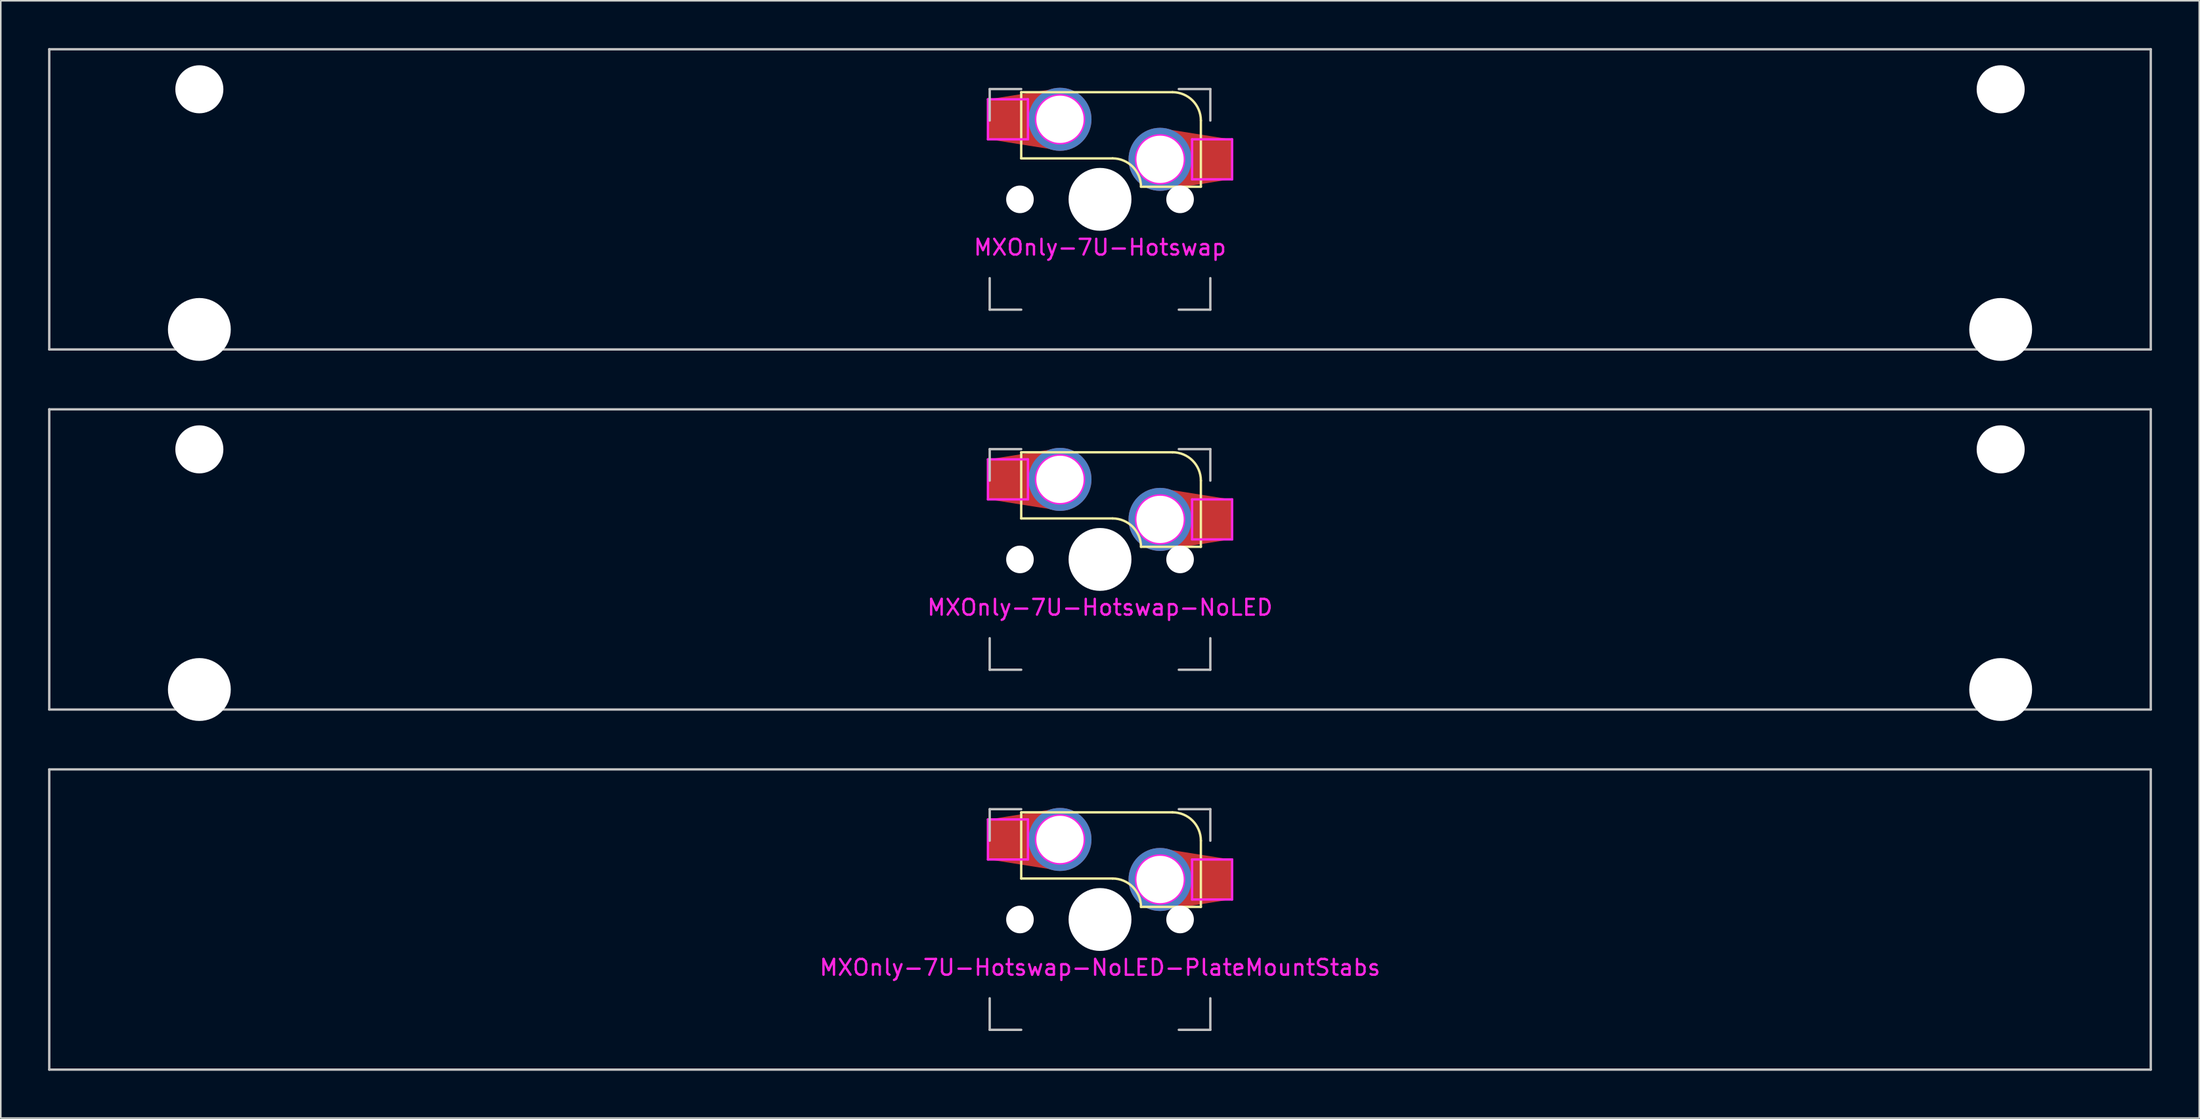
<source format=kicad_pcb>
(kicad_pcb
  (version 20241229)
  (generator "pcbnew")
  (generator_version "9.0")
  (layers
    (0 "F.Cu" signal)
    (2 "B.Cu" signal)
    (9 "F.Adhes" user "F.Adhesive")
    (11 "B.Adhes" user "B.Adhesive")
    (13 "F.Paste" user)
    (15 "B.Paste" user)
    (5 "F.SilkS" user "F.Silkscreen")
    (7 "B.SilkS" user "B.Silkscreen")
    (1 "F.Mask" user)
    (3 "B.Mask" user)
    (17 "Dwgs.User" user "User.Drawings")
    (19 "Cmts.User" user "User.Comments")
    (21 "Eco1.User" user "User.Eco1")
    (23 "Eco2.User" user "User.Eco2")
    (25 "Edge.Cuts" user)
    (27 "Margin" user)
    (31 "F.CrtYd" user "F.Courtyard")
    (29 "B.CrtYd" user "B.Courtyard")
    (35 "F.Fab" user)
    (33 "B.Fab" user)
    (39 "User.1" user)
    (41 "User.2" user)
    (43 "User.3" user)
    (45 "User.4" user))
  (footprint "MXOnly-7U-Hotswap"
    (layer "F.Cu")
    (at 66.75 9.6)
    (property "Reference" "MXOnly-7U-Hotswap" (at 0 3.048 180) (layer "F.CrtYd") (effects (font (size 1 1) (thickness 0.15))))
    (attr smd)
    (fp_line (start -5 -6.8) (end 4.6 -6.8) (stroke (width 0.15) (type solid)) (layer "F.SilkS"))
    (fp_line (start -5 -2.6) (end -5 -6.8) (stroke (width 0.15) (type solid)) (layer "F.SilkS"))
    (fp_line (start 0.8 -2.6) (end -5 -2.6) (stroke (width 0.15) (type solid)) (layer "F.SilkS"))
    (fp_line (start 6.4 -5) (end 6.4 -0.8) (stroke (width 0.15) (type solid)) (layer "F.SilkS"))
    (fp_line (start 6.4 -0.8) (end 2.6 -0.8) (stroke (width 0.15) (type solid)) (layer "F.SilkS"))
    (fp_arc (start 0.8 -2.6) (mid 2.072792 -2.072792) (end 2.6 -0.8) (stroke (width 0.15) (type solid)) (layer "F.SilkS"))
    (fp_arc (start 4.6 -6.8) (mid 5.872792 -6.272792) (end 6.4 -5) (stroke (width 0.15) (type solid)) (layer "F.SilkS"))
    (fp_poly (pts (xy -5.08 -3.493) (xy -7.112 -3.81) (xy -7.112 -6.35) (xy -5.08 -6.668)) (stroke (width 0.1) (type solid)) (fill yes) (layer "F.Paste"))
    (fp_poly (pts (xy 6.477 -4.064) (xy 8.509 -3.747) (xy 8.509 -1.206) (xy 6.477 -0.889)) (stroke (width 0.1) (type solid)) (fill yes) (layer "F.Paste"))
    (fp_line (start -66.675 -9.525) (end 66.675 -9.525) (stroke (width 0.15) (type solid)) (layer "Dwgs.User"))
    (fp_line (start -66.675 9.525) (end -66.675 -9.525) (stroke (width 0.15) (type solid)) (layer "Dwgs.User"))
    (fp_line (start -7 -7) (end -7 -5) (stroke (width 0.15) (type solid)) (layer "Dwgs.User"))
    (fp_line (start -7 7) (end -7 5) (stroke (width 0.15) (type solid)) (layer "Dwgs.User"))
    (fp_line (start -5 -7) (end -7 -7) (stroke (width 0.15) (type solid)) (layer "Dwgs.User"))
    (fp_line (start -5 7) (end -7 7) (stroke (width 0.15) (type solid)) (layer "Dwgs.User"))
    (fp_line (start 5 -7) (end 7 -7) (stroke (width 0.15) (type solid)) (layer "Dwgs.User"))
    (fp_line (start 7 -7) (end 7 -5) (stroke (width 0.15) (type solid)) (layer "Dwgs.User"))
    (fp_line (start 7 5) (end 7 7) (stroke (width 0.15) (type solid)) (layer "Dwgs.User"))
    (fp_line (start 7 7) (end 5 7) (stroke (width 0.15) (type solid)) (layer "Dwgs.User"))
    (fp_line (start 66.675 -9.525) (end 66.675 9.525) (stroke (width 0.15) (type solid)) (layer "Dwgs.User"))
    (fp_line (start 66.675 9.525) (end -66.675 9.525) (stroke (width 0.15) (type solid)) (layer "Dwgs.User"))
    (fp_line (start -7.112 -6.35) (end -7.112 -3.81) (stroke (width 0.15) (type solid)) (layer "F.CrtYd"))
    (fp_line (start -7.112 -3.81) (end -4.572 -3.81) (stroke (width 0.15) (type solid)) (layer "F.CrtYd"))
    (fp_line (start -4.572 -6.35) (end -7.112 -6.35) (stroke (width 0.15) (type solid)) (layer "F.CrtYd"))
    (fp_line (start -4.572 -3.81) (end -4.572 -6.35) (stroke (width 0.15) (type solid)) (layer "F.CrtYd"))
    (fp_line (start 5.842 -3.81) (end 5.842 -1.27) (stroke (width 0.15) (type solid)) (layer "F.CrtYd"))
    (fp_line (start 5.842 -1.27) (end 8.382 -1.27) (stroke (width 0.15) (type solid)) (layer "F.CrtYd"))
    (fp_line (start 8.382 -3.81) (end 5.842 -3.81) (stroke (width 0.15) (type solid)) (layer "F.CrtYd"))
    (fp_line (start 8.382 -1.27) (end 8.382 -3.81) (stroke (width 0.15) (type solid)) (layer "F.CrtYd"))
    (fp_circle (center -2.54 -5.08) (end -2.54 -6.604) (stroke (width 0.15) (type solid)) (fill no) (layer "F.CrtYd"))
    (fp_circle (center 3.81 -2.54) (end 3.81 -4.064) (stroke (width 0.15) (type solid)) (fill no) (layer "F.CrtYd"))
    (pad "" np_thru_hole circle (at -57.15 -6.985) (size 3.048 3.048) (drill 3.048) (layers "*.Cu" "*.Mask"))
    (pad "" np_thru_hole circle (at -57.15 8.255) (size 3.988 3.988) (drill 3.988) (layers "*.Cu" "*.Mask"))
    (pad "" np_thru_hole circle (at -5.08 0 131.9) (size 1.75 1.75) (drill 1.75) (layers "*.Cu" "*.Mask"))
    (pad "" np_thru_hole circle (at 0 0 180) (size 3.988 3.988) (drill 3.988) (layers "*.Cu" "*.Mask"))
    (pad "" np_thru_hole circle (at 5.08 0 131.9) (size 1.75 1.75) (drill 1.75) (layers "*.Cu" "*.Mask"))
    (pad "" np_thru_hole circle (at 57.15 -6.985) (size 3.048 3.048) (drill 3.048) (layers "*.Cu" "*.Mask"))
    (pad "" np_thru_hole circle (at 57.15 8.255) (size 3.988 3.988) (drill 3.988) (layers "*.Cu" "*.Mask"))
    (pad "1" thru_hole circle (at 3.81 -2.54 180) (size 4 4) (drill 3) (layers "*.Cu" "F.Mask"))
    (pad "1" smd custom (at 7.085 -2.54 180) (size 2.55 2.5) (layers "F.Cu" "F.Mask") (options (anchor rect)) (primitives (gr_poly (pts (xy -1.195 1.219) (xy 3.275 1.93) (xy 3.275 -1.93) (xy -1.195 -1.219)) (width 0.1) (fill yes))))
    (pad "2" smd custom (at -5.841 -5.08 180) (size 2.55 2.5) (layers "F.Cu" "F.Mask") (options (anchor rect)) (primitives (gr_poly (pts (xy 1.219 -1.219) (xy -3.251 -1.93) (xy -3.251 1.93) (xy 1.219 1.219)) (width 0.1) (fill yes))))
    (pad "2" thru_hole circle (at -2.54 -5.08 180) (size 4 4) (drill 3) (layers "*.Cu" "F.Mask")))
  (footprint "MXOnly-7U-Hotswap-NoLED-PlateMountStabs"
    (layer "F.Cu")
    (at 66.75 55.298)
    (property "Reference" "MXOnly-7U-Hotswap-NoLED-PlateMountStabs" (at 0 3.048 180) (layer "F.CrtYd") (effects (font (size 1 1) (thickness 0.15))))
    (attr smd)
    (fp_line (start -5 -6.8) (end 4.6 -6.8) (stroke (width 0.15) (type solid)) (layer "F.SilkS"))
    (fp_line (start -5 -2.6) (end -5 -6.8) (stroke (width 0.15) (type solid)) (layer "F.SilkS"))
    (fp_line (start 0.8 -2.6) (end -5 -2.6) (stroke (width 0.15) (type solid)) (layer "F.SilkS"))
    (fp_line (start 6.4 -5) (end 6.4 -0.8) (stroke (width 0.15) (type solid)) (layer "F.SilkS"))
    (fp_line (start 6.4 -0.8) (end 2.6 -0.8) (stroke (width 0.15) (type solid)) (layer "F.SilkS"))
    (fp_arc (start 0.8 -2.6) (mid 2.072792 -2.072792) (end 2.6 -0.8) (stroke (width 0.15) (type solid)) (layer "F.SilkS"))
    (fp_arc (start 4.6 -6.8) (mid 5.872792 -6.272792) (end 6.4 -5) (stroke (width 0.15) (type solid)) (layer "F.SilkS"))
    (fp_poly (pts (xy -5.08 -3.493) (xy -7.112 -3.81) (xy -7.112 -6.35) (xy -5.08 -6.668)) (stroke (width 0.1) (type solid)) (fill yes) (layer "F.Paste"))
    (fp_poly (pts (xy 6.477 -4.064) (xy 8.509 -3.747) (xy 8.509 -1.206) (xy 6.477 -0.889)) (stroke (width 0.1) (type solid)) (fill yes) (layer "F.Paste"))
    (fp_line (start -66.675 -9.525) (end 66.675 -9.525) (stroke (width 0.15) (type solid)) (layer "Dwgs.User"))
    (fp_line (start -66.675 9.525) (end -66.675 -9.525) (stroke (width 0.15) (type solid)) (layer "Dwgs.User"))
    (fp_line (start -7 -7) (end -7 -5) (stroke (width 0.15) (type solid)) (layer "Dwgs.User"))
    (fp_line (start -7 7) (end -7 5) (stroke (width 0.15) (type solid)) (layer "Dwgs.User"))
    (fp_line (start -5 -7) (end -7 -7) (stroke (width 0.15) (type solid)) (layer "Dwgs.User"))
    (fp_line (start -5 7) (end -7 7) (stroke (width 0.15) (type solid)) (layer "Dwgs.User"))
    (fp_line (start 5 -7) (end 7 -7) (stroke (width 0.15) (type solid)) (layer "Dwgs.User"))
    (fp_line (start 7 -7) (end 7 -5) (stroke (width 0.15) (type solid)) (layer "Dwgs.User"))
    (fp_line (start 7 5) (end 7 7) (stroke (width 0.15) (type solid)) (layer "Dwgs.User"))
    (fp_line (start 7 7) (end 5 7) (stroke (width 0.15) (type solid)) (layer "Dwgs.User"))
    (fp_line (start 66.675 -9.525) (end 66.675 9.525) (stroke (width 0.15) (type solid)) (layer "Dwgs.User"))
    (fp_line (start 66.675 9.525) (end -66.675 9.525) (stroke (width 0.15) (type solid)) (layer "Dwgs.User"))
    (fp_line (start -7.112 -6.35) (end -7.112 -3.81) (stroke (width 0.15) (type solid)) (layer "F.CrtYd"))
    (fp_line (start -7.112 -3.81) (end -4.572 -3.81) (stroke (width 0.15) (type solid)) (layer "F.CrtYd"))
    (fp_line (start -4.572 -6.35) (end -7.112 -6.35) (stroke (width 0.15) (type solid)) (layer "F.CrtYd"))
    (fp_line (start -4.572 -3.81) (end -4.572 -6.35) (stroke (width 0.15) (type solid)) (layer "F.CrtYd"))
    (fp_line (start 5.842 -3.81) (end 5.842 -1.27) (stroke (width 0.15) (type solid)) (layer "F.CrtYd"))
    (fp_line (start 5.842 -1.27) (end 8.382 -1.27) (stroke (width 0.15) (type solid)) (layer "F.CrtYd"))
    (fp_line (start 8.382 -3.81) (end 5.842 -3.81) (stroke (width 0.15) (type solid)) (layer "F.CrtYd"))
    (fp_line (start 8.382 -1.27) (end 8.382 -3.81) (stroke (width 0.15) (type solid)) (layer "F.CrtYd"))
    (fp_circle (center -2.54 -5.08) (end -2.54 -6.604) (stroke (width 0.15) (type solid)) (fill no) (layer "F.CrtYd"))
    (fp_circle (center 3.81 -2.54) (end 3.81 -4.064) (stroke (width 0.15) (type solid)) (fill no) (layer "F.CrtYd"))
    (pad "" np_thru_hole circle (at -5.08 0 131.9) (size 1.75 1.75) (drill 1.75) (layers "*.Cu" "*.Mask"))
    (pad "" np_thru_hole circle (at 0 0 180) (size 3.988 3.988) (drill 3.988) (layers "*.Cu" "*.Mask"))
    (pad "" np_thru_hole circle (at 5.08 0 131.9) (size 1.75 1.75) (drill 1.75) (layers "*.Cu" "*.Mask"))
    (pad "1" thru_hole circle (at 3.81 -2.54 180) (size 4 4) (drill 3) (layers "*.Cu" "F.Mask"))
    (pad "1" smd custom (at 7.085 -2.54 180) (size 2.55 2.5) (layers "F.Cu" "F.Mask") (options (anchor rect)) (primitives (gr_poly (pts (xy -1.195 1.219) (xy 3.275 1.93) (xy 3.275 -1.93) (xy -1.195 -1.219)) (width 0.1) (fill yes))))
    (pad "2" smd custom (at -5.841 -5.08 180) (size 2.55 2.5) (layers "F.Cu" "F.Mask") (options (anchor rect)) (primitives (gr_poly (pts (xy 1.219 -1.219) (xy -3.251 -1.93) (xy -3.251 1.93) (xy 1.219 1.219)) (width 0.1) (fill yes))))
    (pad "2" thru_hole circle (at -2.54 -5.08 180) (size 4 4) (drill 3) (layers "*.Cu" "F.Mask")))
  (footprint "MXOnly-7U-Hotswap-NoLED"
    (layer "F.Cu")
    (at 66.75 32.449)
    (property "Reference" "MXOnly-7U-Hotswap-NoLED" (at 0 3.048 180) (layer "F.CrtYd") (effects (font (size 1 1) (thickness 0.15))))
    (attr smd)
    (fp_line (start -5 -6.8) (end 4.6 -6.8) (stroke (width 0.15) (type solid)) (layer "F.SilkS"))
    (fp_line (start -5 -2.6) (end -5 -6.8) (stroke (width 0.15) (type solid)) (layer "F.SilkS"))
    (fp_line (start 0.8 -2.6) (end -5 -2.6) (stroke (width 0.15) (type solid)) (layer "F.SilkS"))
    (fp_line (start 6.4 -5) (end 6.4 -0.8) (stroke (width 0.15) (type solid)) (layer "F.SilkS"))
    (fp_line (start 6.4 -0.8) (end 2.6 -0.8) (stroke (width 0.15) (type solid)) (layer "F.SilkS"))
    (fp_arc (start 0.8 -2.6) (mid 2.072792 -2.072792) (end 2.6 -0.8) (stroke (width 0.15) (type solid)) (layer "F.SilkS"))
    (fp_arc (start 4.6 -6.8) (mid 5.872792 -6.272792) (end 6.4 -5) (stroke (width 0.15) (type solid)) (layer "F.SilkS"))
    (fp_poly (pts (xy -5.08 -3.493) (xy -7.112 -3.81) (xy -7.112 -6.35) (xy -5.08 -6.668)) (stroke (width 0.1) (type solid)) (fill yes) (layer "F.Paste"))
    (fp_poly (pts (xy 6.477 -4.064) (xy 8.509 -3.747) (xy 8.509 -1.206) (xy 6.477 -0.889)) (stroke (width 0.1) (type solid)) (fill yes) (layer "F.Paste"))
    (fp_line (start -66.675 -9.525) (end 66.675 -9.525) (stroke (width 0.15) (type solid)) (layer "Dwgs.User"))
    (fp_line (start -66.675 9.525) (end -66.675 -9.525) (stroke (width 0.15) (type solid)) (layer "Dwgs.User"))
    (fp_line (start -7 -7) (end -7 -5) (stroke (width 0.15) (type solid)) (layer "Dwgs.User"))
    (fp_line (start -7 7) (end -7 5) (stroke (width 0.15) (type solid)) (layer "Dwgs.User"))
    (fp_line (start -5 -7) (end -7 -7) (stroke (width 0.15) (type solid)) (layer "Dwgs.User"))
    (fp_line (start -5 7) (end -7 7) (stroke (width 0.15) (type solid)) (layer "Dwgs.User"))
    (fp_line (start 5 -7) (end 7 -7) (stroke (width 0.15) (type solid)) (layer "Dwgs.User"))
    (fp_line (start 7 -7) (end 7 -5) (stroke (width 0.15) (type solid)) (layer "Dwgs.User"))
    (fp_line (start 7 5) (end 7 7) (stroke (width 0.15) (type solid)) (layer "Dwgs.User"))
    (fp_line (start 7 7) (end 5 7) (stroke (width 0.15) (type solid)) (layer "Dwgs.User"))
    (fp_line (start 66.675 -9.525) (end 66.675 9.525) (stroke (width 0.15) (type solid)) (layer "Dwgs.User"))
    (fp_line (start 66.675 9.525) (end -66.675 9.525) (stroke (width 0.15) (type solid)) (layer "Dwgs.User"))
    (fp_line (start -7.112 -6.35) (end -7.112 -3.81) (stroke (width 0.15) (type solid)) (layer "F.CrtYd"))
    (fp_line (start -7.112 -3.81) (end -4.572 -3.81) (stroke (width 0.15) (type solid)) (layer "F.CrtYd"))
    (fp_line (start -4.572 -6.35) (end -7.112 -6.35) (stroke (width 0.15) (type solid)) (layer "F.CrtYd"))
    (fp_line (start -4.572 -3.81) (end -4.572 -6.35) (stroke (width 0.15) (type solid)) (layer "F.CrtYd"))
    (fp_line (start 5.842 -3.81) (end 5.842 -1.27) (stroke (width 0.15) (type solid)) (layer "F.CrtYd"))
    (fp_line (start 5.842 -1.27) (end 8.382 -1.27) (stroke (width 0.15) (type solid)) (layer "F.CrtYd"))
    (fp_line (start 8.382 -3.81) (end 5.842 -3.81) (stroke (width 0.15) (type solid)) (layer "F.CrtYd"))
    (fp_line (start 8.382 -1.27) (end 8.382 -3.81) (stroke (width 0.15) (type solid)) (layer "F.CrtYd"))
    (fp_circle (center -2.54 -5.08) (end -2.54 -6.604) (stroke (width 0.15) (type solid)) (fill no) (layer "F.CrtYd"))
    (fp_circle (center 3.81 -2.54) (end 3.81 -4.064) (stroke (width 0.15) (type solid)) (fill no) (layer "F.CrtYd"))
    (pad "" np_thru_hole circle (at -57.15 -6.985) (size 3.048 3.048) (drill 3.048) (layers "*.Cu" "*.Mask"))
    (pad "" np_thru_hole circle (at -57.15 8.255) (size 3.988 3.988) (drill 3.988) (layers "*.Cu" "*.Mask"))
    (pad "" np_thru_hole circle (at -5.08 0 131.9) (size 1.75 1.75) (drill 1.75) (layers "*.Cu" "*.Mask"))
    (pad "" np_thru_hole circle (at 0 0 180) (size 3.988 3.988) (drill 3.988) (layers "*.Cu" "*.Mask"))
    (pad "" np_thru_hole circle (at 5.08 0 131.9) (size 1.75 1.75) (drill 1.75) (layers "*.Cu" "*.Mask"))
    (pad "" np_thru_hole circle (at 57.15 -6.985) (size 3.048 3.048) (drill 3.048) (layers "*.Cu" "*.Mask"))
    (pad "" np_thru_hole circle (at 57.15 8.255) (size 3.988 3.988) (drill 3.988) (layers "*.Cu" "*.Mask"))
    (pad "1" thru_hole circle (at 3.81 -2.54 180) (size 4 4) (drill 3) (layers "*.Cu" "F.Mask"))
    (pad "1" smd custom (at 7.085 -2.54 180) (size 2.55 2.5) (layers "F.Cu" "F.Mask") (options (anchor rect)) (primitives (gr_poly (pts (xy -1.195 1.219) (xy 3.275 1.93) (xy 3.275 -1.93) (xy -1.195 -1.219)) (width 0.1) (fill yes))))
    (pad "2" smd custom (at -5.841 -5.08 180) (size 2.55 2.5) (layers "F.Cu" "F.Mask") (options (anchor rect)) (primitives (gr_poly (pts (xy 1.219 -1.219) (xy -3.251 -1.93) (xy -3.251 1.93) (xy 1.219 1.219)) (width 0.1) (fill yes))))
    (pad "2" thru_hole circle (at -2.54 -5.08 180) (size 4 4) (drill 3) (layers "*.Cu" "F.Mask")))
  (gr_rect
    (start -3 -3)
    (end 136.5 67.898)
    (stroke (width 0.1) (type default))
    (fill no)
    (layer "Edge.Cuts")))
</source>
